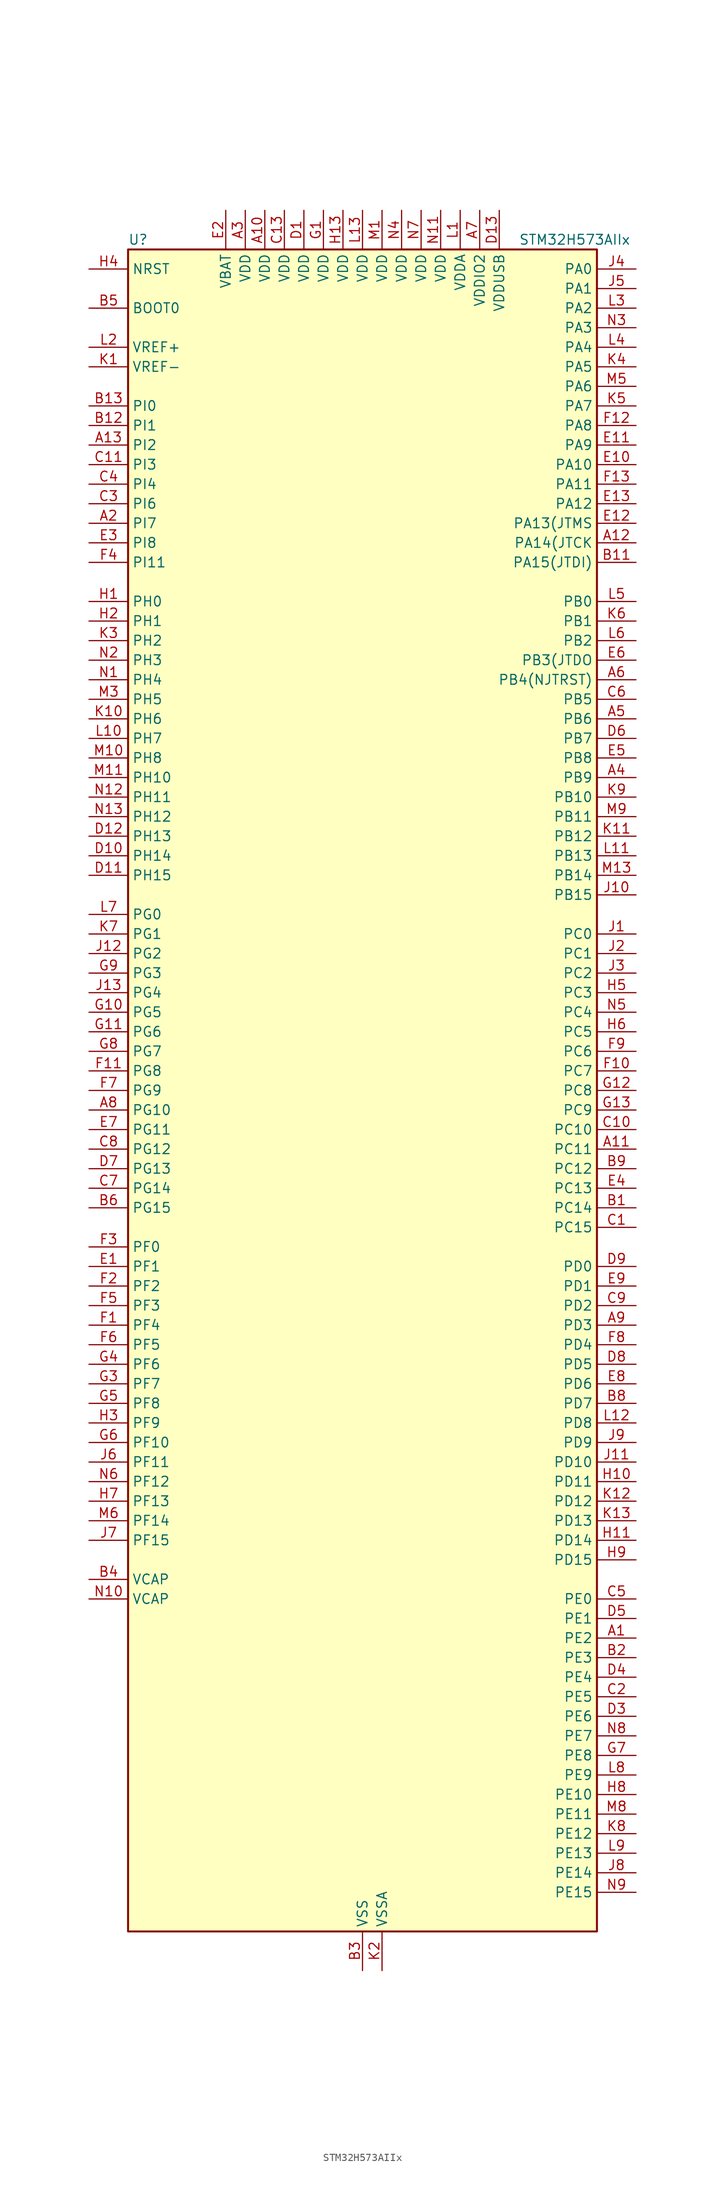
<source format=kicad_sym>
(kicad_symbol_lib
  (version 20231120)
  (generator "kicad_symbol_editor")
  (generator_version "8.0")
  (symbol "STM32H573AIIx"
    (property "Reference" "U"
      (at -30.48 110.49 0)
      (effects (font (size 1.27 1.27)) (justify left)))
    (property "Value" "STM32H573AIIx"
      (at 20.32 110.49 0)
      (effects (font (size 1.27 1.27)) (justify left)))
    (property "ki_locked" ""
      (at 0 0 0)
      (effects (font (size 1.27 1.27))))
    (symbol "STM32H573AIIx_0_1"
      (rectangle (start -30.48 -109.22) (end 30.48 109.22) (stroke (width 0.254) (type default)) (fill (type background))))
    (symbol "STM32H573AIIx_1_1"
      (pin bidirectional line (at 35.56 -71.12 180) (length 5.08) (name "PE2" (effects (font (size 1.27 1.27)))) (number "A1" (effects (font (size 1.27 1.27)))) (alternate "DCMI_D3" bidirectional line) (alternate "DEBUG_TRACECLK" bidirectional line) (alternate "ETH_TXD3" bidirectional line) (alternate "FMC_A23" bidirectional line) (alternate "LPTIM1_IN2" bidirectional line) (alternate "OCTOSPI1_IO2" bidirectional line) (alternate "PSSI_D3" bidirectional line) (alternate "SAI1_CK1" bidirectional line) (alternate "SAI1_MCLK_A" bidirectional line) (alternate "SPI4_SCK" bidirectional line) (alternate "UART8_TX" bidirectional line) (alternate "USART10_RX" bidirectional line))
      (pin power_in line (at -12.7 114.3 270) (length 5.08) (name "VDD" (effects (font (size 1.27 1.27)))) (number "A10" (effects (font (size 1.27 1.27)))))
      (pin bidirectional line (at 35.56 -7.62 180) (length 5.08) (name "PC11" (effects (font (size 1.27 1.27)))) (number "A11" (effects (font (size 1.27 1.27)))) (alternate "ADC1_EXTI11" bidirectional line) (alternate "ADC2_EXTI11" bidirectional line) (alternate "DCMI_D4" bidirectional line) (alternate "I2S3_SDI" bidirectional line) (alternate "LPTIM3_IN1" bidirectional line) (alternate "OCTOSPI1_NCS" bidirectional line) (alternate "PSSI_D4" bidirectional line) (alternate "SDMMC1_D3" bidirectional line) (alternate "SPI3_MISO" bidirectional line) (alternate "UART4_RX" bidirectional line) (alternate "USART3_RX" bidirectional line))
      (pin bidirectional line (at 35.56 71.12 180) (length 5.08) (name "PA14(JTCK" (effects (font (size 1.27 1.27)))) (number "A12" (effects (font (size 1.27 1.27)))) (alternate "DEBUG_JTCK-SWCLK" bidirectional line))
      (pin bidirectional line (at -35.56 83.82 0) (length 5.08) (name "PI2" (effects (font (size 1.27 1.27)))) (number "A13" (effects (font (size 1.27 1.27)))) (alternate "DCMI_D9" bidirectional line) (alternate "I2S2_SDI" bidirectional line) (alternate "PSSI_D9" bidirectional line) (alternate "SPI2_MISO" bidirectional line) (alternate "TIM8_CH4" bidirectional line))
      (pin bidirectional line (at -35.56 73.66 0) (length 5.08) (name "PI7" (effects (font (size 1.27 1.27)))) (number "A2" (effects (font (size 1.27 1.27)))) (alternate "DCMI_D7" bidirectional line) (alternate "PSSI_D7" bidirectional line) (alternate "SAI2_FS_A" bidirectional line) (alternate "TIM8_CH3" bidirectional line))
      (pin power_in line (at -15.24 114.3 270) (length 5.08) (name "VDD" (effects (font (size 1.27 1.27)))) (number "A3" (effects (font (size 1.27 1.27)))))
      (pin bidirectional line (at 35.56 40.64 180) (length 5.08) (name "PB9" (effects (font (size 1.27 1.27)))) (number "A4" (effects (font (size 1.27 1.27)))) (alternate "DAC1_EXTI9" bidirectional line) (alternate "DCMI_D7" bidirectional line) (alternate "FDCAN1_TX" bidirectional line) (alternate "I2C1_SDA" bidirectional line) (alternate "I2C4_SDA" bidirectional line) (alternate "I2S2_WS" bidirectional line) (alternate "I3C1_SDA" bidirectional line) (alternate "PSSI_D7" bidirectional line) (alternate "SDMMC1_CDIR" bidirectional line) (alternate "SDMMC1_D5" bidirectional line) (alternate "SDMMC2_CKIN" bidirectional line) (alternate "SDMMC2_D5" bidirectional line) (alternate "SPI2_NSS" bidirectional line) (alternate "TIM17_CH1" bidirectional line) (alternate "TIM4_CH4" bidirectional line) (alternate "UART4_TX" bidirectional line))
      (pin bidirectional line (at 35.56 48.26 180) (length 5.08) (name "PB6" (effects (font (size 1.27 1.27)))) (number "A5" (effects (font (size 1.27 1.27)))) (alternate "CEC" bidirectional line) (alternate "DCMI_D5" bidirectional line) (alternate "FDCAN2_TX" bidirectional line) (alternate "FMC_SDNE1" bidirectional line) (alternate "I2C1_SCL" bidirectional line) (alternate "I2C4_SCL" bidirectional line) (alternate "I3C1_SCL" bidirectional line) (alternate "LPUART1_TX" bidirectional line) (alternate "OCTOSPI1_NCS" bidirectional line) (alternate "PSSI_D5" bidirectional line) (alternate "TIM16_CH1N" bidirectional line) (alternate "TIM4_CH1" bidirectional line) (alternate "UART5_TX" bidirectional line) (alternate "USART1_TX" bidirectional line))
      (pin bidirectional line (at 35.56 53.34 180) (length 5.08) (name "PB4(NJTRST)" (effects (font (size 1.27 1.27)))) (number "A6" (effects (font (size 1.27 1.27)))) (alternate "DCMI_D7" bidirectional line) (alternate "DEBUG_JTRST" bidirectional line) (alternate "I2S1_SDI" bidirectional line) (alternate "I2S2_WS" bidirectional line) (alternate "I2S3_SDI" bidirectional line) (alternate "LPTIM1_CH2" bidirectional line) (alternate "OCTOSPI1_CLK" bidirectional line) (alternate "PSSI_D7" bidirectional line) (alternate "SDMMC2_D3" bidirectional line) (alternate "SPI1_MISO" bidirectional line) (alternate "SPI2_NSS" bidirectional line) (alternate "SPI3_MISO" bidirectional line) (alternate "SPI6_MISO" bidirectional line) (alternate "TIM16_BKIN" bidirectional line) (alternate "TIM3_CH1" bidirectional line) (alternate "UART7_TX" bidirectional line))
      (pin power_in line (at 15.24 114.3 270) (length 5.08) (name "VDDIO2" (effects (font (size 1.27 1.27)))) (number "A7" (effects (font (size 1.27 1.27)))))
      (pin bidirectional line (at -35.56 -2.54 0) (length 5.08) (name "PG10" (effects (font (size 1.27 1.27)))) (number "A8" (effects (font (size 1.27 1.27)))) (alternate "DCMI_D2" bidirectional line) (alternate "FMC_NE3" bidirectional line) (alternate "I2S1_WS" bidirectional line) (alternate "PSSI_D2" bidirectional line) (alternate "SAI2_SD_B" bidirectional line) (alternate "SDMMC2_D1" bidirectional line) (alternate "SPI1_NSS" bidirectional line))
      (pin bidirectional line (at 35.56 -30.48 180) (length 5.08) (name "PD3" (effects (font (size 1.27 1.27)))) (number "A9" (effects (font (size 1.27 1.27)))) (alternate "DCMI_D5" bidirectional line) (alternate "FMC_CLK" bidirectional line) (alternate "I2S2_CK" bidirectional line) (alternate "PSSI_D5" bidirectional line) (alternate "PWR_WKUP8" bidirectional line) (alternate "SPI2_SCK" bidirectional line) (alternate "USART2_CTS" bidirectional line) (alternate "USART2_NSS" bidirectional line))
      (pin bidirectional line (at 35.56 -15.24 180) (length 5.08) (name "PC14" (effects (font (size 1.27 1.27)))) (number "B1" (effects (font (size 1.27 1.27)))) (alternate "RCC_OSC32_IN" bidirectional line))
      (pin passive line (at 0 -114.3 90) (length 5.08) hide (name "VSS" (effects (font (size 1.27 1.27)))) (number "B10" (effects (font (size 1.27 1.27)))))
      (pin bidirectional line (at 35.56 68.58 180) (length 5.08) (name "PA15(JTDI)" (effects (font (size 1.27 1.27)))) (number "B11" (effects (font (size 1.27 1.27)))) (alternate "ADC1_EXTI15" bidirectional line) (alternate "ADC2_EXTI15" bidirectional line) (alternate "CEC" bidirectional line) (alternate "DCMI_D11" bidirectional line) (alternate "DEBUG_JTDI" bidirectional line) (alternate "FMC_NBL1" bidirectional line) (alternate "I2S1_WS" bidirectional line) (alternate "I2S3_WS" bidirectional line) (alternate "LPTIM3_IN2" bidirectional line) (alternate "PSSI_D11" bidirectional line) (alternate "SPI1_NSS" bidirectional line) (alternate "SPI3_NSS" bidirectional line) (alternate "SPI6_NSS" bidirectional line) (alternate "TIM2_CH1" bidirectional line) (alternate "TIM2_ETR" bidirectional line) (alternate "UART4_DE" bidirectional line) (alternate "UART4_RTS" bidirectional line) (alternate "UART7_TX" bidirectional line))
      (pin bidirectional line (at -35.56 86.36 0) (length 5.08) (name "PI1" (effects (font (size 1.27 1.27)))) (number "B12" (effects (font (size 1.27 1.27)))) (alternate "DCMI_D8" bidirectional line) (alternate "I2S2_CK" bidirectional line) (alternate "PSSI_D8" bidirectional line) (alternate "SPI2_SCK" bidirectional line) (alternate "TIM8_BKIN2" bidirectional line))
      (pin bidirectional line (at -35.56 88.9 0) (length 5.08) (name "PI0" (effects (font (size 1.27 1.27)))) (number "B13" (effects (font (size 1.27 1.27)))) (alternate "DCMI_D13" bidirectional line) (alternate "I2S2_WS" bidirectional line) (alternate "PSSI_D13" bidirectional line) (alternate "SPI2_NSS" bidirectional line) (alternate "TIM5_CH4" bidirectional line))
      (pin bidirectional line (at 35.56 -73.66 180) (length 5.08) (name "PE3" (effects (font (size 1.27 1.27)))) (number "B2" (effects (font (size 1.27 1.27)))) (alternate "DEBUG_TRACED0" bidirectional line) (alternate "FMC_A19" bidirectional line) (alternate "SAI1_SD_B" bidirectional line) (alternate "TAMP_IN6" bidirectional line) (alternate "TAMP_OUT3" bidirectional line) (alternate "TIM15_BKIN" bidirectional line) (alternate "USART10_TX" bidirectional line))
      (pin power_in line (at 0 -114.3 90) (length 5.08) (name "VSS" (effects (font (size 1.27 1.27)))) (number "B3" (effects (font (size 1.27 1.27)))))
      (pin power_out line (at -35.56 -63.5 0) (length 5.08) (name "VCAP" (effects (font (size 1.27 1.27)))) (number "B4" (effects (font (size 1.27 1.27)))))
      (pin input line (at -35.56 101.6 0) (length 5.08) (name "BOOT0" (effects (font (size 1.27 1.27)))) (number "B5" (effects (font (size 1.27 1.27)))))
      (pin bidirectional line (at -35.56 -15.24 0) (length 5.08) (name "PG15" (effects (font (size 1.27 1.27)))) (number "B6" (effects (font (size 1.27 1.27)))) (alternate "ADC1_EXTI15" bidirectional line) (alternate "ADC2_EXTI15" bidirectional line) (alternate "DCMI_D13" bidirectional line) (alternate "FMC_SDNCAS" bidirectional line) (alternate "PSSI_D13" bidirectional line) (alternate "SPI4_RDY" bidirectional line) (alternate "USART10_CK" bidirectional line) (alternate "USART6_CTS" bidirectional line) (alternate "USART6_NSS" bidirectional line))
      (pin passive line (at 0 -114.3 90) (length 5.08) hide (name "VSS" (effects (font (size 1.27 1.27)))) (number "B7" (effects (font (size 1.27 1.27)))))
      (pin bidirectional line (at 35.56 -40.64 180) (length 5.08) (name "PD7" (effects (font (size 1.27 1.27)))) (number "B8" (effects (font (size 1.27 1.27)))) (alternate "FMC_NCE" bidirectional line) (alternate "FMC_NE1" bidirectional line) (alternate "I2S1_SDO" bidirectional line) (alternate "LPTIM4_OUT" bidirectional line) (alternate "OCTOSPI1_IO7" bidirectional line) (alternate "SDMMC2_CMD" bidirectional line) (alternate "SPI1_MOSI" bidirectional line) (alternate "USART2_CK" bidirectional line))
      (pin bidirectional line (at 35.56 -10.16 180) (length 5.08) (name "PC12" (effects (font (size 1.27 1.27)))) (number "B9" (effects (font (size 1.27 1.27)))) (alternate "DCMI_D9" bidirectional line) (alternate "DEBUG_TRACED3" bidirectional line) (alternate "I2S3_SDO" bidirectional line) (alternate "PSSI_D9" bidirectional line) (alternate "SDMMC1_CK" bidirectional line) (alternate "SPI3_MOSI" bidirectional line) (alternate "SPI6_SCK" bidirectional line) (alternate "TIM15_CH1" bidirectional line) (alternate "UART5_TX" bidirectional line) (alternate "USART3_CK" bidirectional line))
      (pin bidirectional line (at 35.56 -17.78 180) (length 5.08) (name "PC15" (effects (font (size 1.27 1.27)))) (number "C1" (effects (font (size 1.27 1.27)))) (alternate "ADC1_EXTI15" bidirectional line) (alternate "ADC2_EXTI15" bidirectional line) (alternate "RCC_OSC32_OUT" bidirectional line))
      (pin bidirectional line (at 35.56 -5.08 180) (length 5.08) (name "PC10" (effects (font (size 1.27 1.27)))) (number "C10" (effects (font (size 1.27 1.27)))) (alternate "DCMI_D8" bidirectional line) (alternate "ETH_TXD0" bidirectional line) (alternate "I2S3_CK" bidirectional line) (alternate "LPTIM3_ETR" bidirectional line) (alternate "OCTOSPI1_IO1" bidirectional line) (alternate "PSSI_D8" bidirectional line) (alternate "SDMMC1_D2" bidirectional line) (alternate "SPI3_SCK" bidirectional line) (alternate "UART4_TX" bidirectional line) (alternate "USART3_TX" bidirectional line))
      (pin bidirectional line (at -35.56 81.28 0) (length 5.08) (name "PI3" (effects (font (size 1.27 1.27)))) (number "C11" (effects (font (size 1.27 1.27)))) (alternate "DCMI_D10" bidirectional line) (alternate "I2S2_SDO" bidirectional line) (alternate "PSSI_D10" bidirectional line) (alternate "SPI2_MOSI" bidirectional line) (alternate "TIM8_ETR" bidirectional line))
      (pin passive line (at 0 -114.3 90) (length 5.08) hide (name "VSS" (effects (font (size 1.27 1.27)))) (number "C12" (effects (font (size 1.27 1.27)))))
      (pin power_in line (at -10.16 114.3 270) (length 5.08) (name "VDD" (effects (font (size 1.27 1.27)))) (number "C13" (effects (font (size 1.27 1.27)))))
      (pin bidirectional line (at 35.56 -78.74 180) (length 5.08) (name "PE5" (effects (font (size 1.27 1.27)))) (number "C2" (effects (font (size 1.27 1.27)))) (alternate "DCMI_D6" bidirectional line) (alternate "DEBUG_TRACED2" bidirectional line) (alternate "FMC_A21" bidirectional line) (alternate "PSSI_D6" bidirectional line) (alternate "SAI1_CK2" bidirectional line) (alternate "SAI1_SCK_A" bidirectional line) (alternate "SPI4_MISO" bidirectional line) (alternate "TAMP_IN8" bidirectional line) (alternate "TAMP_OUT7" bidirectional line) (alternate "TIM15_CH1" bidirectional line))
      (pin bidirectional line (at -35.56 76.2 0) (length 5.08) (name "PI6" (effects (font (size 1.27 1.27)))) (number "C3" (effects (font (size 1.27 1.27)))) (alternate "DCMI_D6" bidirectional line) (alternate "PSSI_D6" bidirectional line) (alternate "SAI2_SD_A" bidirectional line) (alternate "TIM8_CH2" bidirectional line))
      (pin bidirectional line (at -35.56 78.74 0) (length 5.08) (name "PI4" (effects (font (size 1.27 1.27)))) (number "C4" (effects (font (size 1.27 1.27)))) (alternate "DCMI_D5" bidirectional line) (alternate "PSSI_D5" bidirectional line) (alternate "SAI2_MCLK_A" bidirectional line) (alternate "SPI2_RDY" bidirectional line) (alternate "TIM8_BKIN" bidirectional line))
      (pin bidirectional line (at 35.56 -66.04 180) (length 5.08) (name "PE0" (effects (font (size 1.27 1.27)))) (number "C5" (effects (font (size 1.27 1.27)))) (alternate "DCMI_D2" bidirectional line) (alternate "FDCAN1_RX" bidirectional line) (alternate "FMC_NBL0" bidirectional line) (alternate "LPTIM1_ETR" bidirectional line) (alternate "LPTIM2_CH2" bidirectional line) (alternate "LPTIM2_ETR" bidirectional line) (alternate "PSSI_D2" bidirectional line) (alternate "SAI2_MCLK_A" bidirectional line) (alternate "SPI3_RDY" bidirectional line) (alternate "TIM4_ETR" bidirectional line) (alternate "UART8_RX" bidirectional line))
      (pin bidirectional line (at 35.56 50.8 180) (length 5.08) (name "PB5" (effects (font (size 1.27 1.27)))) (number "C6" (effects (font (size 1.27 1.27)))) (alternate "DCMI_D10" bidirectional line) (alternate "ETH_PPS_OUT" bidirectional line) (alternate "FDCAN2_RX" bidirectional line) (alternate "FMC_SDCKE1" bidirectional line) (alternate "I2C1_SMBA" bidirectional line) (alternate "I2C4_SMBA" bidirectional line) (alternate "I2S1_SDO" bidirectional line) (alternate "I2S3_SDO" bidirectional line) (alternate "OCTOSPI1_NCLK" bidirectional line) (alternate "PSSI_D10" bidirectional line) (alternate "SPI1_MOSI" bidirectional line) (alternate "SPI3_MOSI" bidirectional line) (alternate "SPI6_MOSI" bidirectional line) (alternate "TIM17_BKIN" bidirectional line) (alternate "TIM3_CH2" bidirectional line) (alternate "UART5_RX" bidirectional line))
      (pin bidirectional line (at -35.56 -12.7 0) (length 5.08) (name "PG14" (effects (font (size 1.27 1.27)))) (number "C7" (effects (font (size 1.27 1.27)))) (alternate "DEBUG_TRACED1" bidirectional line) (alternate "ETH_TXD1" bidirectional line) (alternate "FMC_A25" bidirectional line) (alternate "LPTIM1_CH2" bidirectional line) (alternate "LPTIM1_ETR" bidirectional line) (alternate "LPTIM5_IN1" bidirectional line) (alternate "OCTOSPI1_IO7" bidirectional line) (alternate "SDMMC2_D7" bidirectional line) (alternate "SPI6_MOSI" bidirectional line) (alternate "USART10_RTS" bidirectional line) (alternate "USART6_TX" bidirectional line))
      (pin bidirectional line (at -35.56 -7.62 0) (length 5.08) (name "PG12" (effects (font (size 1.27 1.27)))) (number "C8" (effects (font (size 1.27 1.27)))) (alternate "DCMI_D11" bidirectional line) (alternate "ETH_TXD1" bidirectional line) (alternate "FMC_NE4" bidirectional line) (alternate "LPTIM1_IN1" bidirectional line) (alternate "LPTIM5_CH1" bidirectional line) (alternate "PSSI_D11" bidirectional line) (alternate "PSSI_D15" bidirectional line) (alternate "SDMMC2_D3" bidirectional line) (alternate "SPI6_MISO" bidirectional line) (alternate "USART10_TX" bidirectional line) (alternate "USART6_RTS" bidirectional line))
      (pin bidirectional line (at 35.56 -27.94 180) (length 5.08) (name "PD2" (effects (font (size 1.27 1.27)))) (number "C9" (effects (font (size 1.27 1.27)))) (alternate "DCMI_D11" bidirectional line) (alternate "DEBUG_TRACED2" bidirectional line) (alternate "LPTIM4_ETR" bidirectional line) (alternate "PSSI_D11" bidirectional line) (alternate "PWR_WKUP7" bidirectional line) (alternate "SDMMC1_CMD" bidirectional line) (alternate "TIM15_BKIN" bidirectional line) (alternate "TIM3_ETR" bidirectional line) (alternate "UART5_RX" bidirectional line))
      (pin power_in line (at -7.62 114.3 270) (length 5.08) (name "VDD" (effects (font (size 1.27 1.27)))) (number "D1" (effects (font (size 1.27 1.27)))))
      (pin bidirectional line (at -35.56 30.48 0) (length 5.08) (name "PH14" (effects (font (size 1.27 1.27)))) (number "D10" (effects (font (size 1.27 1.27)))) (alternate "DCMI_D4" bidirectional line) (alternate "FDCAN1_RX" bidirectional line) (alternate "PSSI_D4" bidirectional line) (alternate "TIM8_CH2N" bidirectional line) (alternate "UART4_RX" bidirectional line))
      (pin bidirectional line (at -35.56 27.94 0) (length 5.08) (name "PH15" (effects (font (size 1.27 1.27)))) (number "D11" (effects (font (size 1.27 1.27)))) (alternate "ADC1_EXTI15" bidirectional line) (alternate "ADC2_EXTI15" bidirectional line) (alternate "DCMI_D11" bidirectional line) (alternate "PSSI_D11" bidirectional line) (alternate "TIM8_CH3N" bidirectional line))
      (pin bidirectional line (at -35.56 33.02 0) (length 5.08) (name "PH13" (effects (font (size 1.27 1.27)))) (number "D12" (effects (font (size 1.27 1.27)))) (alternate "DCMI_D3" bidirectional line) (alternate "FDCAN1_TX" bidirectional line) (alternate "LPTIM1_IN2" bidirectional line) (alternate "PSSI_D3" bidirectional line) (alternate "TIM8_CH1N" bidirectional line) (alternate "UART4_TX" bidirectional line) (alternate "UART8_TX" bidirectional line))
      (pin power_in line (at 17.78 114.3 270) (length 5.08) (name "VDDUSB" (effects (font (size 1.27 1.27)))) (number "D13" (effects (font (size 1.27 1.27)))))
      (pin passive line (at 0 -114.3 90) (length 5.08) hide (name "VSS" (effects (font (size 1.27 1.27)))) (number "D2" (effects (font (size 1.27 1.27)))))
      (pin bidirectional line (at 35.56 -81.28 180) (length 5.08) (name "PE6" (effects (font (size 1.27 1.27)))) (number "D3" (effects (font (size 1.27 1.27)))) (alternate "DCMI_D7" bidirectional line) (alternate "DEBUG_TRACED3" bidirectional line) (alternate "FMC_A22" bidirectional line) (alternate "PSSI_D7" bidirectional line) (alternate "SAI1_D1" bidirectional line) (alternate "SAI1_SD_A" bidirectional line) (alternate "SAI2_MCLK_B" bidirectional line) (alternate "SPI4_MOSI" bidirectional line) (alternate "TAMP_IN3" bidirectional line) (alternate "TAMP_OUT6" bidirectional line) (alternate "TIM15_CH2" bidirectional line) (alternate "TIM1_BKIN2" bidirectional line))
      (pin bidirectional line (at 35.56 -76.2 180) (length 5.08) (name "PE4" (effects (font (size 1.27 1.27)))) (number "D4" (effects (font (size 1.27 1.27)))) (alternate "DCMI_D4" bidirectional line) (alternate "DEBUG_TRACED1" bidirectional line) (alternate "FMC_A20" bidirectional line) (alternate "PSSI_D4" bidirectional line) (alternate "SAI1_D2" bidirectional line) (alternate "SAI1_FS_A" bidirectional line) (alternate "SPI4_NSS" bidirectional line) (alternate "TAMP_IN7" bidirectional line) (alternate "TAMP_OUT8" bidirectional line) (alternate "TIM15_CH1N" bidirectional line))
      (pin bidirectional line (at 35.56 -68.58 180) (length 5.08) (name "PE1" (effects (font (size 1.27 1.27)))) (number "D5" (effects (font (size 1.27 1.27)))) (alternate "DCMI_D3" bidirectional line) (alternate "FDCAN1_TX" bidirectional line) (alternate "FMC_NBL1" bidirectional line) (alternate "LPTIM1_IN2" bidirectional line) (alternate "PSSI_D3" bidirectional line) (alternate "UART8_TX" bidirectional line))
      (pin bidirectional line (at 35.56 45.72 180) (length 5.08) (name "PB7" (effects (font (size 1.27 1.27)))) (number "D6" (effects (font (size 1.27 1.27)))) (alternate "DCMI_VSYNC" bidirectional line) (alternate "FDCAN1_TX" bidirectional line) (alternate "FMC_NL" bidirectional line) (alternate "I2C1_SDA" bidirectional line) (alternate "I2C4_SDA" bidirectional line) (alternate "I3C1_SDA" bidirectional line) (alternate "LPUART1_RX" bidirectional line) (alternate "PSSI_RDY" bidirectional line) (alternate "PWR_WKUP5" bidirectional line) (alternate "SDMMC2_CKIN" bidirectional line) (alternate "SDMMC2_D5" bidirectional line) (alternate "TIM17_CH1N" bidirectional line) (alternate "TIM4_CH2" bidirectional line) (alternate "USART1_RX" bidirectional line))
      (pin bidirectional line (at -35.56 -10.16 0) (length 5.08) (name "PG13" (effects (font (size 1.27 1.27)))) (number "D7" (effects (font (size 1.27 1.27)))) (alternate "DEBUG_TRACED0" bidirectional line) (alternate "ETH_TXD0" bidirectional line) (alternate "FMC_A24" bidirectional line) (alternate "LPTIM1_CH1" bidirectional line) (alternate "LPTIM5_CH2" bidirectional line) (alternate "SDMMC2_D6" bidirectional line) (alternate "SPI6_SCK" bidirectional line) (alternate "USART10_CTS" bidirectional line) (alternate "USART10_NSS" bidirectional line) (alternate "USART6_CTS" bidirectional line) (alternate "USART6_NSS" bidirectional line))
      (pin bidirectional line (at 35.56 -35.56 180) (length 5.08) (name "PD5" (effects (font (size 1.27 1.27)))) (number "D8" (effects (font (size 1.27 1.27)))) (alternate "FDCAN1_TX" bidirectional line) (alternate "FMC_NWE" bidirectional line) (alternate "OCTOSPI1_IO5" bidirectional line) (alternate "SPI2_RDY" bidirectional line) (alternate "TIM1_CH4N" bidirectional line) (alternate "USART2_TX" bidirectional line))
      (pin bidirectional line (at 35.56 -22.86 180) (length 5.08) (name "PD0" (effects (font (size 1.27 1.27)))) (number "D9" (effects (font (size 1.27 1.27)))) (alternate "FDCAN1_RX" bidirectional line) (alternate "FMC_D2" bidirectional line) (alternate "FMC_DA2" bidirectional line) (alternate "TIM8_CH4N" bidirectional line) (alternate "UART4_RX" bidirectional line) (alternate "UART9_CTS" bidirectional line))
      (pin bidirectional line (at -35.56 -22.86 0) (length 5.08) (name "PF1" (effects (font (size 1.27 1.27)))) (number "E1" (effects (font (size 1.27 1.27)))) (alternate "FMC_A1" bidirectional line) (alternate "I2C2_SCL" bidirectional line) (alternate "LPTIM5_CH2" bidirectional line))
      (pin bidirectional line (at 35.56 81.28 180) (length 5.08) (name "PA10" (effects (font (size 1.27 1.27)))) (number "E10" (effects (font (size 1.27 1.27)))) (alternate "DCMI_D1" bidirectional line) (alternate "FDCAN2_TX" bidirectional line) (alternate "LPTIM2_IN2" bidirectional line) (alternate "LPUART1_RX" bidirectional line) (alternate "PSSI_D1" bidirectional line) (alternate "SDMMC1_D0" bidirectional line) (alternate "TIM1_CH3" bidirectional line) (alternate "UCPD1_FRSTX" bidirectional line) (alternate "USART1_RX" bidirectional line))
      (pin bidirectional line (at 35.56 83.82 180) (length 5.08) (name "PA9" (effects (font (size 1.27 1.27)))) (number "E11" (effects (font (size 1.27 1.27)))) (alternate "DAC1_EXTI9" bidirectional line) (alternate "DCMI_D0" bidirectional line) (alternate "ETH_TX_ER" bidirectional line) (alternate "FMC_NWE" bidirectional line) (alternate "I2C3_SMBA" bidirectional line) (alternate "I2S2_CK" bidirectional line) (alternate "LPUART1_TX" bidirectional line) (alternate "PSSI_D0" bidirectional line) (alternate "SPI2_SCK" bidirectional line) (alternate "TIM1_CH2" bidirectional line) (alternate "UCPD1_DB1" bidirectional line) (alternate "USART1_TX" bidirectional line))
      (pin bidirectional line (at 35.56 73.66 180) (length 5.08) (name "PA13(JTMS" (effects (font (size 1.27 1.27)))) (number "E12" (effects (font (size 1.27 1.27)))) (alternate "DEBUG_JTMS-SWDIO" bidirectional line))
      (pin bidirectional line (at 35.56 76.2 180) (length 5.08) (name "PA12" (effects (font (size 1.27 1.27)))) (number "E13" (effects (font (size 1.27 1.27)))) (alternate "FDCAN1_TX" bidirectional line) (alternate "I2S2_CK" bidirectional line) (alternate "LPUART1_RTS" bidirectional line) (alternate "SAI2_FS_B" bidirectional line) (alternate "SPI2_SCK" bidirectional line) (alternate "TIM1_ETR" bidirectional line) (alternate "UART4_TX" bidirectional line) (alternate "USART1_RTS" bidirectional line) (alternate "USB_DP" bidirectional line))
      (pin power_in line (at -17.78 114.3 270) (length 5.08) (name "VBAT" (effects (font (size 1.27 1.27)))) (number "E2" (effects (font (size 1.27 1.27)))))
      (pin bidirectional line (at -35.56 71.12 0) (length 5.08) (name "PI8" (effects (font (size 1.27 1.27)))) (number "E3" (effects (font (size 1.27 1.27)))) (alternate "PWR_WKUP3" bidirectional line) (alternate "RTC_OUT2" bidirectional line) (alternate "TAMP_IN2" bidirectional line) (alternate "TAMP_OUT3" bidirectional line))
      (pin bidirectional line (at 35.56 -12.7 180) (length 5.08) (name "PC13" (effects (font (size 1.27 1.27)))) (number "E4" (effects (font (size 1.27 1.27)))) (alternate "PWR_WKUP4" bidirectional line) (alternate "RTC_OUT1" bidirectional line) (alternate "RTC_TS" bidirectional line) (alternate "TAMP_IN1" bidirectional line) (alternate "TAMP_OUT2" bidirectional line) (alternate "TAMP_OUT3" bidirectional line))
      (pin bidirectional line (at 35.56 43.18 180) (length 5.08) (name "PB8" (effects (font (size 1.27 1.27)))) (number "E5" (effects (font (size 1.27 1.27)))) (alternate "DCMI_D6" bidirectional line) (alternate "ETH_TXD3" bidirectional line) (alternate "FDCAN1_RX" bidirectional line) (alternate "I2C1_SCL" bidirectional line) (alternate "I2C4_SCL" bidirectional line) (alternate "I3C1_SCL" bidirectional line) (alternate "PSSI_D6" bidirectional line) (alternate "SDMMC1_CKIN" bidirectional line) (alternate "SDMMC1_D4" bidirectional line) (alternate "SDMMC2_D4" bidirectional line) (alternate "SPI4_RDY" bidirectional line) (alternate "TIM16_CH1" bidirectional line) (alternate "TIM4_CH3" bidirectional line) (alternate "UART4_RX" bidirectional line))
      (pin bidirectional line (at 35.56 55.88 180) (length 5.08) (name "PB3(JTDO" (effects (font (size 1.27 1.27)))) (number "E6" (effects (font (size 1.27 1.27)))) (alternate "CRS_SYNC" bidirectional line) (alternate "DEBUG_JTDO-SWO" bidirectional line) (alternate "I2C2_SDA" bidirectional line) (alternate "I2S1_CK" bidirectional line) (alternate "I2S3_CK" bidirectional line) (alternate "LPTIM6_ETR" bidirectional line) (alternate "SDMMC2_D2" bidirectional line) (alternate "SPI1_SCK" bidirectional line) (alternate "SPI3_SCK" bidirectional line) (alternate "SPI6_SCK" bidirectional line) (alternate "TIM2_CH2" bidirectional line) (alternate "UART12_CTS" bidirectional line) (alternate "UART7_RX" bidirectional line))
      (pin bidirectional line (at -35.56 -5.08 0) (length 5.08) (name "PG11" (effects (font (size 1.27 1.27)))) (number "E7" (effects (font (size 1.27 1.27)))) (alternate "ADC1_EXTI11" bidirectional line) (alternate "ADC2_EXTI11" bidirectional line) (alternate "DCMI_D3" bidirectional line) (alternate "ETH_TX_EN" bidirectional line) (alternate "I2S1_CK" bidirectional line) (alternate "LPTIM1_IN2" bidirectional line) (alternate "PSSI_D3" bidirectional line) (alternate "SDMMC2_D2" bidirectional line) (alternate "SPI1_SCK" bidirectional line) (alternate "USART10_RX" bidirectional line) (alternate "USART11_RTS" bidirectional line))
      (pin bidirectional line (at 35.56 -38.1 180) (length 5.08) (name "PD6" (effects (font (size 1.27 1.27)))) (number "E8" (effects (font (size 1.27 1.27)))) (alternate "DCMI_D10" bidirectional line) (alternate "FMC_NWAIT" bidirectional line) (alternate "I2S3_SDO" bidirectional line) (alternate "OCTOSPI1_IO6" bidirectional line) (alternate "PSSI_D10" bidirectional line) (alternate "SAI1_D1" bidirectional line) (alternate "SAI1_SD_A" bidirectional line) (alternate "SDMMC2_CK" bidirectional line) (alternate "SPI3_MOSI" bidirectional line) (alternate "USART2_RX" bidirectional line))
      (pin bidirectional line (at 35.56 -25.4 180) (length 5.08) (name "PD1" (effects (font (size 1.27 1.27)))) (number "E9" (effects (font (size 1.27 1.27)))) (alternate "FDCAN1_TX" bidirectional line) (alternate "FMC_D3" bidirectional line) (alternate "FMC_DA3" bidirectional line) (alternate "UART4_TX" bidirectional line))
      (pin bidirectional line (at -35.56 -30.48 0) (length 5.08) (name "PF4" (effects (font (size 1.27 1.27)))) (number "F1" (effects (font (size 1.27 1.27)))) (alternate "FMC_A4" bidirectional line) (alternate "LPTIM3_ETR" bidirectional line) (alternate "USART11_RX" bidirectional line))
      (pin bidirectional line (at 35.56 2.54 180) (length 5.08) (name "PC7" (effects (font (size 1.27 1.27)))) (number "F10" (effects (font (size 1.27 1.27)))) (alternate "DCMI_D1" bidirectional line) (alternate "DEBUG_TRGIO" bidirectional line) (alternate "FMC_NE1" bidirectional line) (alternate "I2S3_MCK" bidirectional line) (alternate "OCTOSPI1_IO6" bidirectional line) (alternate "PSSI_D1" bidirectional line) (alternate "SDMMC1_D123DIR" bidirectional line) (alternate "SDMMC1_D7" bidirectional line) (alternate "SDMMC2_D7" bidirectional line) (alternate "TIM3_CH2" bidirectional line) (alternate "TIM8_CH2" bidirectional line) (alternate "USART6_RX" bidirectional line))
      (pin bidirectional line (at -35.56 2.54 0) (length 5.08) (name "PG8" (effects (font (size 1.27 1.27)))) (number "F11" (effects (font (size 1.27 1.27)))) (alternate "ETH_PPS_OUT" bidirectional line) (alternate "FMC_SDCLK" bidirectional line) (alternate "SPI6_NSS" bidirectional line) (alternate "TIM8_ETR" bidirectional line) (alternate "USART6_RTS" bidirectional line))
      (pin bidirectional line (at 35.56 86.36 180) (length 5.08) (name "PA8" (effects (font (size 1.27 1.27)))) (number "F12" (effects (font (size 1.27 1.27)))) (alternate "DCMI_D3" bidirectional line) (alternate "FMC_NOE" bidirectional line) (alternate "I2C3_SCL" bidirectional line) (alternate "PSSI_D3" bidirectional line) (alternate "RCC_MCO_1" bidirectional line) (alternate "SPI1_RDY" bidirectional line) (alternate "TIM1_CH1" bidirectional line) (alternate "TIM8_BKIN2" bidirectional line) (alternate "UART7_RX" bidirectional line) (alternate "USART1_CK" bidirectional line) (alternate "USB_SOF" bidirectional line))
      (pin bidirectional line (at 35.56 78.74 180) (length 5.08) (name "PA11" (effects (font (size 1.27 1.27)))) (number "F13" (effects (font (size 1.27 1.27)))) (alternate "ADC1_EXTI11" bidirectional line) (alternate "ADC2_EXTI11" bidirectional line) (alternate "FDCAN1_RX" bidirectional line) (alternate "I2S2_WS" bidirectional line) (alternate "LPUART1_CTS" bidirectional line) (alternate "SPI2_NSS" bidirectional line) (alternate "TIM1_CH4" bidirectional line) (alternate "UART4_RX" bidirectional line) (alternate "USART1_CTS" bidirectional line) (alternate "USART1_NSS" bidirectional line) (alternate "USB_DM" bidirectional line))
      (pin bidirectional line (at -35.56 -25.4 0) (length 5.08) (name "PF2" (effects (font (size 1.27 1.27)))) (number "F2" (effects (font (size 1.27 1.27)))) (alternate "FMC_A2" bidirectional line) (alternate "I2C2_SMBA" bidirectional line) (alternate "LPTIM3_CH2" bidirectional line) (alternate "LPTIM3_IN2" bidirectional line) (alternate "LPTIM5_IN1" bidirectional line) (alternate "UART12_TX" bidirectional line) (alternate "USART11_CK" bidirectional line))
      (pin bidirectional line (at -35.56 -20.32 0) (length 5.08) (name "PF0" (effects (font (size 1.27 1.27)))) (number "F3" (effects (font (size 1.27 1.27)))) (alternate "FMC_A0" bidirectional line) (alternate "I2C2_SDA" bidirectional line) (alternate "LPTIM5_CH1" bidirectional line))
      (pin bidirectional line (at -35.56 68.58 0) (length 5.08) (name "PI11" (effects (font (size 1.27 1.27)))) (number "F4" (effects (font (size 1.27 1.27)))) (alternate "ADC1_EXTI11" bidirectional line) (alternate "ADC2_EXTI11" bidirectional line) (alternate "PSSI_D15" bidirectional line) (alternate "TAMP_IN4" bidirectional line) (alternate "TAMP_OUT5" bidirectional line))
      (pin bidirectional line (at -35.56 -27.94 0) (length 5.08) (name "PF3" (effects (font (size 1.27 1.27)))) (number "F5" (effects (font (size 1.27 1.27)))) (alternate "FMC_A3" bidirectional line) (alternate "LPTIM3_IN1" bidirectional line) (alternate "LPTIM5_IN2" bidirectional line) (alternate "USART11_TX" bidirectional line))
      (pin bidirectional line (at -35.56 -33.02 0) (length 5.08) (name "PF5" (effects (font (size 1.27 1.27)))) (number "F6" (effects (font (size 1.27 1.27)))) (alternate "FMC_A5" bidirectional line) (alternate "I2C4_SCL" bidirectional line) (alternate "I3C1_SCL" bidirectional line) (alternate "LPTIM3_CH1" bidirectional line) (alternate "LPTIM3_IN1" bidirectional line) (alternate "UART12_RX" bidirectional line) (alternate "USART11_CTS" bidirectional line) (alternate "USART11_NSS" bidirectional line))
      (pin bidirectional line (at -35.56 0 0) (length 5.08) (name "PG9" (effects (font (size 1.27 1.27)))) (number "F7" (effects (font (size 1.27 1.27)))) (alternate "DAC1_EXTI9" bidirectional line) (alternate "DCMI_VSYNC" bidirectional line) (alternate "FMC_NCE" bidirectional line) (alternate "FMC_NE2" bidirectional line) (alternate "I2S1_SDI" bidirectional line) (alternate "OCTOSPI1_IO6" bidirectional line) (alternate "PSSI_RDY" bidirectional line) (alternate "SAI2_FS_B" bidirectional line) (alternate "SDMMC2_D0" bidirectional line) (alternate "SPI1_MISO" bidirectional line) (alternate "USART6_RX" bidirectional line))
      (pin bidirectional line (at 35.56 -33.02 180) (length 5.08) (name "PD4" (effects (font (size 1.27 1.27)))) (number "F8" (effects (font (size 1.27 1.27)))) (alternate "FMC_NOE" bidirectional line) (alternate "OCTOSPI1_IO4" bidirectional line) (alternate "USART2_RTS" bidirectional line))
      (pin bidirectional line (at 35.56 5.08 180) (length 5.08) (name "PC6" (effects (font (size 1.27 1.27)))) (number "F9" (effects (font (size 1.27 1.27)))) (alternate "DCMI_D0" bidirectional line) (alternate "FMC_NWAIT" bidirectional line) (alternate "I2S2_MCK" bidirectional line) (alternate "OCTOSPI1_IO5" bidirectional line) (alternate "PSSI_D0" bidirectional line) (alternate "SAI1_SCK_A" bidirectional line) (alternate "SDMMC1_D0DIR" bidirectional line) (alternate "SDMMC1_D6" bidirectional line) (alternate "SDMMC2_D6" bidirectional line) (alternate "TIM3_CH1" bidirectional line) (alternate "TIM8_CH1" bidirectional line) (alternate "USART6_TX" bidirectional line))
      (pin power_in line (at -5.08 114.3 270) (length 5.08) (name "VDD" (effects (font (size 1.27 1.27)))) (number "G1" (effects (font (size 1.27 1.27)))))
      (pin bidirectional line (at -35.56 10.16 0) (length 5.08) (name "PG5" (effects (font (size 1.27 1.27)))) (number "G10" (effects (font (size 1.27 1.27)))) (alternate "FMC_A15" bidirectional line) (alternate "FMC_BA1" bidirectional line) (alternate "TIM1_ETR" bidirectional line))
      (pin bidirectional line (at -35.56 7.62 0) (length 5.08) (name "PG6" (effects (font (size 1.27 1.27)))) (number "G11" (effects (font (size 1.27 1.27)))) (alternate "DCMI_D12" bidirectional line) (alternate "FMC_NE3" bidirectional line) (alternate "I2C4_SDA" bidirectional line) (alternate "I3C1_SDA" bidirectional line) (alternate "OCTOSPI1_NCS" bidirectional line) (alternate "PSSI_D12" bidirectional line) (alternate "SPI1_RDY" bidirectional line) (alternate "TIM17_BKIN" bidirectional line) (alternate "UCPD1_FRSTX" bidirectional line))
      (pin bidirectional line (at 35.56 0 180) (length 5.08) (name "PC8" (effects (font (size 1.27 1.27)))) (number "G12" (effects (font (size 1.27 1.27)))) (alternate "DCMI_D2" bidirectional line) (alternate "DEBUG_TRACED1" bidirectional line) (alternate "FMC_ALE" bidirectional line) (alternate "FMC_INT" bidirectional line) (alternate "FMC_NCE" bidirectional line) (alternate "FMC_NE2" bidirectional line) (alternate "PSSI_D2" bidirectional line) (alternate "SDMMC1_D0" bidirectional line) (alternate "TIM3_CH3" bidirectional line) (alternate "TIM8_CH3" bidirectional line) (alternate "UART5_DE" bidirectional line) (alternate "UART5_RTS" bidirectional line) (alternate "USART6_CK" bidirectional line))
      (pin bidirectional line (at 35.56 -2.54 180) (length 5.08) (name "PC9" (effects (font (size 1.27 1.27)))) (number "G13" (effects (font (size 1.27 1.27)))) (alternate "AUDIOCLK" bidirectional line) (alternate "DAC1_EXTI9" bidirectional line) (alternate "DCMI_D3" bidirectional line) (alternate "FMC_CLE" bidirectional line) (alternate "I2C3_SDA" bidirectional line) (alternate "OCTOSPI1_IO0" bidirectional line) (alternate "PSSI_D3" bidirectional line) (alternate "RCC_MCO_2" bidirectional line) (alternate "SDMMC1_D1" bidirectional line) (alternate "TIM3_CH4" bidirectional line) (alternate "TIM8_CH4" bidirectional line) (alternate "UART5_CTS" bidirectional line) (alternate "UCPD1_DB2" bidirectional line))
      (pin passive line (at 0 -114.3 90) (length 5.08) hide (name "VSS" (effects (font (size 1.27 1.27)))) (number "G2" (effects (font (size 1.27 1.27)))))
      (pin bidirectional line (at -35.56 -38.1 0) (length 5.08) (name "PF7" (effects (font (size 1.27 1.27)))) (number "G3" (effects (font (size 1.27 1.27)))) (alternate "LPTIM5_CH2" bidirectional line) (alternate "OCTOSPI1_IO2" bidirectional line) (alternate "SAI1_MCLK_B" bidirectional line) (alternate "SPI5_SCK" bidirectional line) (alternate "TIM17_CH1" bidirectional line) (alternate "UART7_TX" bidirectional line))
      (pin bidirectional line (at -35.56 -35.56 0) (length 5.08) (name "PF6" (effects (font (size 1.27 1.27)))) (number "G4" (effects (font (size 1.27 1.27)))) (alternate "LPTIM5_CH1" bidirectional line) (alternate "OCTOSPI1_IO3" bidirectional line) (alternate "SAI1_SD_B" bidirectional line) (alternate "SPI5_NSS" bidirectional line) (alternate "TIM16_CH1" bidirectional line) (alternate "UART7_RX" bidirectional line))
      (pin bidirectional line (at -35.56 -40.64 0) (length 5.08) (name "PF8" (effects (font (size 1.27 1.27)))) (number "G5" (effects (font (size 1.27 1.27)))) (alternate "LPTIM5_IN1" bidirectional line) (alternate "OCTOSPI1_IO0" bidirectional line) (alternate "SAI1_SCK_B" bidirectional line) (alternate "SPI5_MISO" bidirectional line) (alternate "TIM13_CH1" bidirectional line) (alternate "TIM16_CH1N" bidirectional line) (alternate "UART7_RTS" bidirectional line))
      (pin bidirectional line (at -35.56 -45.72 0) (length 5.08) (name "PF10" (effects (font (size 1.27 1.27)))) (number "G6" (effects (font (size 1.27 1.27)))) (alternate "DCMI_D11" bidirectional line) (alternate "OCTOSPI1_CLK" bidirectional line) (alternate "PSSI_D11" bidirectional line) (alternate "PSSI_D15" bidirectional line) (alternate "SAI1_D3" bidirectional line) (alternate "TIM16_BKIN" bidirectional line))
      (pin bidirectional line (at 35.56 -86.36 180) (length 5.08) (name "PE8" (effects (font (size 1.27 1.27)))) (number "G7" (effects (font (size 1.27 1.27)))) (alternate "FMC_D5" bidirectional line) (alternate "FMC_DA5" bidirectional line) (alternate "OCTOSPI1_IO5" bidirectional line) (alternate "TIM1_CH1N" bidirectional line) (alternate "UART12_CTS" bidirectional line) (alternate "UART7_TX" bidirectional line))
      (pin bidirectional line (at -35.56 5.08 0) (length 5.08) (name "PG7" (effects (font (size 1.27 1.27)))) (number "G8" (effects (font (size 1.27 1.27)))) (alternate "DCMI_D13" bidirectional line) (alternate "FMC_INT" bidirectional line) (alternate "I2C4_SCL" bidirectional line) (alternate "I3C1_SCL" bidirectional line) (alternate "PSSI_D13" bidirectional line) (alternate "SAI1_CK2" bidirectional line) (alternate "SAI1_MCLK_A" bidirectional line) (alternate "UCPD1_FRSTX" bidirectional line) (alternate "USART6_CK" bidirectional line))
      (pin bidirectional line (at -35.56 15.24 0) (length 5.08) (name "PG3" (effects (font (size 1.27 1.27)))) (number "G9" (effects (font (size 1.27 1.27)))) (alternate "FMC_A13" bidirectional line) (alternate "LPTIM5_ETR" bidirectional line) (alternate "TIM8_BKIN2" bidirectional line) (alternate "UART12_TX" bidirectional line))
      (pin bidirectional line (at -35.56 63.5 0) (length 5.08) (name "PH0" (effects (font (size 1.27 1.27)))) (number "H1" (effects (font (size 1.27 1.27)))) (alternate "RCC_OSC_IN" bidirectional line))
      (pin bidirectional line (at 35.56 -50.8 180) (length 5.08) (name "PD11" (effects (font (size 1.27 1.27)))) (number "H10" (effects (font (size 1.27 1.27)))) (alternate "ADC1_EXTI11" bidirectional line) (alternate "ADC2_EXTI11" bidirectional line) (alternate "FMC_A16" bidirectional line) (alternate "FMC_CLE" bidirectional line) (alternate "I2C4_SMBA" bidirectional line) (alternate "LPTIM2_IN2" bidirectional line) (alternate "OCTOSPI1_IO0" bidirectional line) (alternate "SAI1_CK1" bidirectional line) (alternate "SAI2_SD_A" bidirectional line) (alternate "UART4_RX" bidirectional line) (alternate "USART3_CTS" bidirectional line) (alternate "USART3_NSS" bidirectional line))
      (pin bidirectional line (at 35.56 -58.42 180) (length 5.08) (name "PD14" (effects (font (size 1.27 1.27)))) (number "H11" (effects (font (size 1.27 1.27)))) (alternate "FMC_D0" bidirectional line) (alternate "FMC_DA0" bidirectional line) (alternate "TIM4_CH3" bidirectional line) (alternate "UART8_CTS" bidirectional line) (alternate "UART9_RX" bidirectional line))
      (pin passive line (at 0 -114.3 90) (length 5.08) hide (name "VSS" (effects (font (size 1.27 1.27)))) (number "H12" (effects (font (size 1.27 1.27)))))
      (pin power_in line (at -2.54 114.3 270) (length 5.08) (name "VDD" (effects (font (size 1.27 1.27)))) (number "H13" (effects (font (size 1.27 1.27)))))
      (pin bidirectional line (at -35.56 60.96 0) (length 5.08) (name "PH1" (effects (font (size 1.27 1.27)))) (number "H2" (effects (font (size 1.27 1.27)))) (alternate "RCC_OSC_OUT" bidirectional line))
      (pin bidirectional line (at -35.56 -43.18 0) (length 5.08) (name "PF9" (effects (font (size 1.27 1.27)))) (number "H3" (effects (font (size 1.27 1.27)))) (alternate "DAC1_EXTI9" bidirectional line) (alternate "LPTIM5_IN2" bidirectional line) (alternate "OCTOSPI1_IO1" bidirectional line) (alternate "SAI1_FS_B" bidirectional line) (alternate "SPI5_MOSI" bidirectional line) (alternate "TIM14_CH1" bidirectional line) (alternate "TIM17_CH1N" bidirectional line) (alternate "UART7_CTS" bidirectional line))
      (pin input line (at -35.56 106.68 0) (length 5.08) (name "NRST" (effects (font (size 1.27 1.27)))) (number "H4" (effects (font (size 1.27 1.27)))))
      (pin bidirectional line (at 35.56 12.7 180) (length 5.08) (name "PC3" (effects (font (size 1.27 1.27)))) (number "H5" (effects (font (size 1.27 1.27)))) (alternate "ADC1_INN12" bidirectional line) (alternate "ADC1_INP13" bidirectional line) (alternate "ADC2_INN12" bidirectional line) (alternate "ADC2_INP13" bidirectional line) (alternate "ETH_TX_CLK" bidirectional line) (alternate "FMC_SDCKE0" bidirectional line) (alternate "I2S2_SDO" bidirectional line) (alternate "LPTIM3_CH1" bidirectional line) (alternate "OCTOSPI1_IO0" bidirectional line) (alternate "OCTOSPI1_IO6" bidirectional line) (alternate "PWR_CSTOP" bidirectional line) (alternate "SAI1_D3" bidirectional line) (alternate "SPI2_MOSI" bidirectional line))
      (pin bidirectional line (at 35.56 7.62 180) (length 5.08) (name "PC5" (effects (font (size 1.27 1.27)))) (number "H6" (effects (font (size 1.27 1.27)))) (alternate "ADC1_INN4" bidirectional line) (alternate "ADC1_INP8" bidirectional line) (alternate "ADC2_INN4" bidirectional line) (alternate "ADC2_INP8" bidirectional line) (alternate "ETH_RXD1" bidirectional line) (alternate "FMC_SDCKE0" bidirectional line) (alternate "OCTOSPI1_DQS" bidirectional line) (alternate "PSSI_D15" bidirectional line) (alternate "SAI1_D3" bidirectional line) (alternate "SAI1_FS_A" bidirectional line) (alternate "TIM1_CH4N" bidirectional line) (alternate "UART12_RTS" bidirectional line))
      (pin bidirectional line (at -35.56 -53.34 0) (length 5.08) (name "PF13" (effects (font (size 1.27 1.27)))) (number "H7" (effects (font (size 1.27 1.27)))) (alternate "ADC2_INP2" bidirectional line) (alternate "FMC_A7" bidirectional line) (alternate "I2C4_SMBA" bidirectional line) (alternate "LPTIM6_IN1" bidirectional line))
      (pin bidirectional line (at 35.56 -91.44 180) (length 5.08) (name "PE10" (effects (font (size 1.27 1.27)))) (number "H8" (effects (font (size 1.27 1.27)))) (alternate "FMC_D7" bidirectional line) (alternate "FMC_DA7" bidirectional line) (alternate "OCTOSPI1_IO7" bidirectional line) (alternate "TIM1_CH2N" bidirectional line) (alternate "UART12_TX" bidirectional line) (alternate "UART7_CTS" bidirectional line))
      (pin bidirectional line (at 35.56 -60.96 180) (length 5.08) (name "PD15" (effects (font (size 1.27 1.27)))) (number "H9" (effects (font (size 1.27 1.27)))) (alternate "ADC1_EXTI15" bidirectional line) (alternate "ADC2_EXTI15" bidirectional line) (alternate "FMC_D1" bidirectional line) (alternate "FMC_DA1" bidirectional line) (alternate "TIM4_CH4" bidirectional line) (alternate "UART8_RTS" bidirectional line) (alternate "UART9_TX" bidirectional line))
      (pin bidirectional line (at 35.56 20.32 180) (length 5.08) (name "PC0" (effects (font (size 1.27 1.27)))) (number "J1" (effects (font (size 1.27 1.27)))) (alternate "ADC1_INP10" bidirectional line) (alternate "ADC2_INP10" bidirectional line) (alternate "FMC_A25" bidirectional line) (alternate "FMC_SDNWE" bidirectional line) (alternate "OCTOSPI1_IO7" bidirectional line) (alternate "SAI1_MCLK_A" bidirectional line) (alternate "SAI2_FS_B" bidirectional line) (alternate "SPI2_RDY" bidirectional line) (alternate "TIM16_BKIN" bidirectional line))
      (pin bidirectional line (at 35.56 25.4 180) (length 5.08) (name "PB15" (effects (font (size 1.27 1.27)))) (number "J10" (effects (font (size 1.27 1.27)))) (alternate "ADC1_EXTI15" bidirectional line) (alternate "ADC2_EXTI15" bidirectional line) (alternate "DCMI_D2" bidirectional line) (alternate "ETH_TXD1" bidirectional line) (alternate "I2S2_SDO" bidirectional line) (alternate "OCTOSPI1_CLK" bidirectional line) (alternate "PSSI_D2" bidirectional line) (alternate "PWR_PVD_IN" bidirectional line) (alternate "RTC_REFIN" bidirectional line) (alternate "SDMMC2_D1" bidirectional line) (alternate "SPI2_MOSI" bidirectional line) (alternate "TIM12_CH2" bidirectional line) (alternate "TIM1_CH3N" bidirectional line) (alternate "TIM8_CH3N" bidirectional line) (alternate "UART4_CTS" bidirectional line) (alternate "UART5_RX" bidirectional line) (alternate "USART11_CTS" bidirectional line) (alternate "USART11_NSS" bidirectional line) (alternate "USART1_RX" bidirectional line))
      (pin bidirectional line (at 35.56 -48.26 180) (length 5.08) (name "PD10" (effects (font (size 1.27 1.27)))) (number "J11" (effects (font (size 1.27 1.27)))) (alternate "FMC_D15" bidirectional line) (alternate "FMC_DA15" bidirectional line) (alternate "LPTIM2_CH2" bidirectional line) (alternate "USART3_CK" bidirectional line))
      (pin bidirectional line (at -35.56 17.78 0) (length 5.08) (name "PG2" (effects (font (size 1.27 1.27)))) (number "J12" (effects (font (size 1.27 1.27)))) (alternate "FMC_A12" bidirectional line) (alternate "LPTIM6_ETR" bidirectional line) (alternate "TIM8_BKIN" bidirectional line) (alternate "UART12_RX" bidirectional line))
      (pin bidirectional line (at -35.56 12.7 0) (length 5.08) (name "PG4" (effects (font (size 1.27 1.27)))) (number "J13" (effects (font (size 1.27 1.27)))) (alternate "FMC_A14" bidirectional line) (alternate "FMC_BA0" bidirectional line) (alternate "LPTIM4_ETR" bidirectional line) (alternate "TIM1_BKIN2" bidirectional line))
      (pin bidirectional line (at 35.56 17.78 180) (length 5.08) (name "PC1" (effects (font (size 1.27 1.27)))) (number "J2" (effects (font (size 1.27 1.27)))) (alternate "ADC1_INN10" bidirectional line) (alternate "ADC1_INP11" bidirectional line) (alternate "ADC2_INN10" bidirectional line) (alternate "ADC2_INP11" bidirectional line) (alternate "DEBUG_TRACED0" bidirectional line) (alternate "ETH_MDC" bidirectional line) (alternate "I2S2_SDO" bidirectional line) (alternate "OCTOSPI1_IO4" bidirectional line) (alternate "PWR_WKUP6" bidirectional line) (alternate "SAI1_D1" bidirectional line) (alternate "SAI1_SD_A" bidirectional line) (alternate "SAI2_SD_A" bidirectional line) (alternate "SDMMC2_CK" bidirectional line) (alternate "SPI2_MOSI" bidirectional line) (alternate "TAMP_IN3" bidirectional line) (alternate "TAMP_OUT5" bidirectional line) (alternate "USART11_RTS" bidirectional line))
      (pin bidirectional line (at 35.56 15.24 180) (length 5.08) (name "PC2" (effects (font (size 1.27 1.27)))) (number "J3" (effects (font (size 1.27 1.27)))) (alternate "ADC1_INN11" bidirectional line) (alternate "ADC1_INP12" bidirectional line) (alternate "ADC2_INN11" bidirectional line) (alternate "ADC2_INP12" bidirectional line) (alternate "ETH_TXD2" bidirectional line) (alternate "FMC_SDNE0" bidirectional line) (alternate "I2S2_SDI" bidirectional line) (alternate "OCTOSPI1_IO2" bidirectional line) (alternate "OCTOSPI1_IO5" bidirectional line) (alternate "PWR_CSLEEP" bidirectional line) (alternate "SPI2_MISO" bidirectional line) (alternate "TIM17_CH1" bidirectional line) (alternate "TIM4_CH4" bidirectional line))
      (pin bidirectional line (at 35.56 106.68 180) (length 5.08) (name "PA0" (effects (font (size 1.27 1.27)))) (number "J4" (effects (font (size 1.27 1.27)))) (alternate "ADC1_INN1" bidirectional line) (alternate "ADC1_INP0" bidirectional line) (alternate "ADC2_INN1" bidirectional line) (alternate "ADC2_INP0" bidirectional line) (alternate "ETH_CRS" bidirectional line) (alternate "PWR_WKUP1" bidirectional line) (alternate "SAI2_SD_B" bidirectional line) (alternate "SDMMC2_CMD" bidirectional line) (alternate "SPI3_RDY" bidirectional line) (alternate "SPI6_NSS" bidirectional line) (alternate "TAMP_IN2" bidirectional line) (alternate "TAMP_OUT1" bidirectional line) (alternate "TIM15_BKIN" bidirectional line) (alternate "TIM2_CH1" bidirectional line) (alternate "TIM2_ETR" bidirectional line) (alternate "TIM5_CH1" bidirectional line) (alternate "TIM8_ETR" bidirectional line) (alternate "UART4_TX" bidirectional line) (alternate "USART2_CTS" bidirectional line) (alternate "USART2_NSS" bidirectional line))
      (pin bidirectional line (at 35.56 104.14 180) (length 5.08) (name "PA1" (effects (font (size 1.27 1.27)))) (number "J5" (effects (font (size 1.27 1.27)))) (alternate "ADC1_INP1" bidirectional line) (alternate "ADC2_INP1" bidirectional line) (alternate "ETH_REF_CLK" bidirectional line) (alternate "ETH_RX_CLK" bidirectional line) (alternate "LPTIM1_IN1" bidirectional line) (alternate "OCTOSPI1_DQS" bidirectional line) (alternate "OCTOSPI1_IO3" bidirectional line) (alternate "SAI2_MCLK_B" bidirectional line) (alternate "TAMP_IN5" bidirectional line) (alternate "TAMP_OUT4" bidirectional line) (alternate "TIM15_CH1N" bidirectional line) (alternate "TIM2_CH2" bidirectional line) (alternate "TIM5_CH2" bidirectional line) (alternate "UART4_RX" bidirectional line) (alternate "USART2_RTS" bidirectional line))
      (pin bidirectional line (at -35.56 -48.26 0) (length 5.08) (name "PF11" (effects (font (size 1.27 1.27)))) (number "J6" (effects (font (size 1.27 1.27)))) (alternate "ADC1_EXTI11" bidirectional line) (alternate "ADC1_INP2" bidirectional line) (alternate "ADC2_EXTI11" bidirectional line) (alternate "DCMI_D12" bidirectional line) (alternate "FMC_SDNRAS" bidirectional line) (alternate "LPTIM6_CH1" bidirectional line) (alternate "OCTOSPI1_NCLK" bidirectional line) (alternate "PSSI_D12" bidirectional line) (alternate "SAI2_SD_B" bidirectional line) (alternate "SPI5_MOSI" bidirectional line))
      (pin bidirectional line (at -35.56 -58.42 0) (length 5.08) (name "PF15" (effects (font (size 1.27 1.27)))) (number "J7" (effects (font (size 1.27 1.27)))) (alternate "ADC1_EXTI15" bidirectional line) (alternate "ADC2_EXTI15" bidirectional line) (alternate "FMC_A9" bidirectional line) (alternate "I2C4_SDA" bidirectional line) (alternate "I3C1_SDA" bidirectional line))
      (pin bidirectional line (at 35.56 -101.6 180) (length 5.08) (name "PE14" (effects (font (size 1.27 1.27)))) (number "J8" (effects (font (size 1.27 1.27)))) (alternate "FMC_D11" bidirectional line) (alternate "FMC_DA11" bidirectional line) (alternate "SAI2_MCLK_B" bidirectional line) (alternate "SPI4_MOSI" bidirectional line) (alternate "TIM1_CH4" bidirectional line))
      (pin bidirectional line (at 35.56 -45.72 180) (length 5.08) (name "PD9" (effects (font (size 1.27 1.27)))) (number "J9" (effects (font (size 1.27 1.27)))) (alternate "DAC1_EXTI9" bidirectional line) (alternate "FDCAN2_RX" bidirectional line) (alternate "FMC_D14" bidirectional line) (alternate "FMC_DA14" bidirectional line) (alternate "USART3_RX" bidirectional line))
      (pin input line (at -35.56 93.98 0) (length 5.08) (name "VREF-" (effects (font (size 1.27 1.27)))) (number "K1" (effects (font (size 1.27 1.27)))))
      (pin bidirectional line (at -35.56 48.26 0) (length 5.08) (name "PH6" (effects (font (size 1.27 1.27)))) (number "K10" (effects (font (size 1.27 1.27)))) (alternate "DCMI_D8" bidirectional line) (alternate "ETH_RXD2" bidirectional line) (alternate "FMC_SDNE1" bidirectional line) (alternate "I2C2_SMBA" bidirectional line) (alternate "PSSI_D8" bidirectional line) (alternate "SPI5_SCK" bidirectional line) (alternate "TIM12_CH1" bidirectional line) (alternate "TIM1_CH3N" bidirectional line) (alternate "TIM8_CH1" bidirectional line))
      (pin bidirectional line (at 35.56 33.02 180) (length 5.08) (name "PB12" (effects (font (size 1.27 1.27)))) (number "K11" (effects (font (size 1.27 1.27)))) (alternate "ETH_TXD0" bidirectional line) (alternate "FDCAN2_RX" bidirectional line) (alternate "I2C2_SDA" bidirectional line) (alternate "I2S2_WS" bidirectional line) (alternate "OCTOSPI1_NCLK" bidirectional line) (alternate "SPI2_NSS" bidirectional line) (alternate "TIM1_BKIN" bidirectional line) (alternate "UART5_RX" bidirectional line) (alternate "UCPD1_FRSTX" bidirectional line) (alternate "USART3_CK" bidirectional line))
      (pin bidirectional line (at 35.56 -53.34 180) (length 5.08) (name "PD12" (effects (font (size 1.27 1.27)))) (number "K12" (effects (font (size 1.27 1.27)))) (alternate "DCMI_D12" bidirectional line) (alternate "FMC_A17" bidirectional line) (alternate "FMC_ALE" bidirectional line) (alternate "I2C4_SCL" bidirectional line) (alternate "I3C1_SCL" bidirectional line) (alternate "LPTIM1_IN1" bidirectional line) (alternate "LPTIM2_IN1" bidirectional line) (alternate "OCTOSPI1_IO1" bidirectional line) (alternate "PSSI_D12" bidirectional line) (alternate "SAI1_D1" bidirectional line) (alternate "SAI2_FS_A" bidirectional line) (alternate "TIM4_CH1" bidirectional line) (alternate "UART4_TX" bidirectional line) (alternate "USART3_RTS" bidirectional line))
      (pin bidirectional line (at 35.56 -55.88 180) (length 5.08) (name "PD13" (effects (font (size 1.27 1.27)))) (number "K13" (effects (font (size 1.27 1.27)))) (alternate "DCMI_D13" bidirectional line) (alternate "FMC_A18" bidirectional line) (alternate "I2C4_SDA" bidirectional line) (alternate "I3C1_SDA" bidirectional line) (alternate "LPTIM1_CH1" bidirectional line) (alternate "LPTIM2_CH1" bidirectional line) (alternate "LPTIM4_IN1" bidirectional line) (alternate "OCTOSPI1_IO3" bidirectional line) (alternate "PSSI_D13" bidirectional line) (alternate "SAI2_SCK_A" bidirectional line) (alternate "TIM4_CH2" bidirectional line) (alternate "UART9_RTS" bidirectional line))
      (pin power_in line (at 2.54 -114.3 90) (length 5.08) (name "VSSA" (effects (font (size 1.27 1.27)))) (number "K2" (effects (font (size 1.27 1.27)))))
      (pin bidirectional line (at -35.56 58.42 0) (length 5.08) (name "PH2" (effects (font (size 1.27 1.27)))) (number "K3" (effects (font (size 1.27 1.27)))) (alternate "ETH_CRS" bidirectional line) (alternate "FMC_SDCKE0" bidirectional line) (alternate "LPTIM1_IN2" bidirectional line) (alternate "OCTOSPI1_IO4" bidirectional line) (alternate "SAI2_SCK_B" bidirectional line))
      (pin bidirectional line (at 35.56 93.98 180) (length 5.08) (name "PA5" (effects (font (size 1.27 1.27)))) (number "K4" (effects (font (size 1.27 1.27)))) (alternate "ADC1_INN18" bidirectional line) (alternate "ADC1_INP19" bidirectional line) (alternate "ADC2_INN18" bidirectional line) (alternate "ADC2_INP19" bidirectional line) (alternate "DAC1_OUT2" bidirectional line) (alternate "ETH_TX_EN" bidirectional line) (alternate "I2S1_CK" bidirectional line) (alternate "PSSI_D14" bidirectional line) (alternate "SPI1_SCK" bidirectional line) (alternate "SPI6_SCK" bidirectional line) (alternate "TIM2_CH1" bidirectional line) (alternate "TIM2_ETR" bidirectional line) (alternate "TIM8_CH1N" bidirectional line))
      (pin bidirectional line (at 35.56 88.9 180) (length 5.08) (name "PA7" (effects (font (size 1.27 1.27)))) (number "K5" (effects (font (size 1.27 1.27)))) (alternate "ADC1_INN3" bidirectional line) (alternate "ADC1_INP7" bidirectional line) (alternate "ADC2_INN3" bidirectional line) (alternate "ADC2_INP7" bidirectional line) (alternate "ETH_CRS_DV" bidirectional line) (alternate "ETH_RX_DV" bidirectional line) (alternate "FMC_NWE" bidirectional line) (alternate "FMC_SDNWE" bidirectional line) (alternate "I2S1_SDO" bidirectional line) (alternate "OCTOSPI1_IO2" bidirectional line) (alternate "SPI1_MOSI" bidirectional line) (alternate "SPI6_MOSI" bidirectional line) (alternate "TIM14_CH1" bidirectional line) (alternate "TIM1_CH1N" bidirectional line) (alternate "TIM3_CH2" bidirectional line) (alternate "TIM8_CH1N" bidirectional line) (alternate "USART11_RX" bidirectional line))
      (pin bidirectional line (at 35.56 60.96 180) (length 5.08) (name "PB1" (effects (font (size 1.27 1.27)))) (number "K6" (effects (font (size 1.27 1.27)))) (alternate "ADC1_INP5" bidirectional line) (alternate "ADC2_INP5" bidirectional line) (alternate "ETH_RXD3" bidirectional line) (alternate "LPTIM3_CH2" bidirectional line) (alternate "OCTOSPI1_IO0" bidirectional line) (alternate "TIM1_CH3N" bidirectional line) (alternate "TIM3_CH4" bidirectional line) (alternate "TIM8_CH3N" bidirectional line))
      (pin bidirectional line (at -35.56 20.32 0) (length 5.08) (name "PG1" (effects (font (size 1.27 1.27)))) (number "K7" (effects (font (size 1.27 1.27)))) (alternate "FMC_A11" bidirectional line) (alternate "I2S2_SDO" bidirectional line) (alternate "SPI2_MOSI" bidirectional line) (alternate "UART9_TX" bidirectional line))
      (pin bidirectional line (at 35.56 -96.52 180) (length 5.08) (name "PE12" (effects (font (size 1.27 1.27)))) (number "K8" (effects (font (size 1.27 1.27)))) (alternate "FMC_D9" bidirectional line) (alternate "FMC_DA9" bidirectional line) (alternate "SAI2_SCK_B" bidirectional line) (alternate "SPI4_SCK" bidirectional line) (alternate "TIM1_CH3N" bidirectional line))
      (pin bidirectional line (at 35.56 38.1 180) (length 5.08) (name "PB10" (effects (font (size 1.27 1.27)))) (number "K9" (effects (font (size 1.27 1.27)))) (alternate "ETH_RX_ER" bidirectional line) (alternate "I2C2_SCL" bidirectional line) (alternate "I2S2_CK" bidirectional line) (alternate "LPTIM2_IN1" bidirectional line) (alternate "LPTIM3_CH1" bidirectional line) (alternate "OCTOSPI1_NCS" bidirectional line) (alternate "SPI2_SCK" bidirectional line) (alternate "TIM2_CH3" bidirectional line) (alternate "USART3_TX" bidirectional line))
      (pin power_in line (at 12.7 114.3 270) (length 5.08) (name "VDDA" (effects (font (size 1.27 1.27)))) (number "L1" (effects (font (size 1.27 1.27)))))
      (pin bidirectional line (at -35.56 45.72 0) (length 5.08) (name "PH7" (effects (font (size 1.27 1.27)))) (number "L10" (effects (font (size 1.27 1.27)))) (alternate "DCMI_D9" bidirectional line) (alternate "ETH_RXD3" bidirectional line) (alternate "FMC_SDCKE1" bidirectional line) (alternate "I2C3_SCL" bidirectional line) (alternate "PSSI_D9" bidirectional line) (alternate "SPI5_MISO" bidirectional line) (alternate "TIM1_CH3" bidirectional line) (alternate "TIM8_CH1N" bidirectional line))
      (pin bidirectional line (at 35.56 30.48 180) (length 5.08) (name "PB13" (effects (font (size 1.27 1.27)))) (number "L11" (effects (font (size 1.27 1.27)))) (alternate "FDCAN2_TX" bidirectional line) (alternate "I2C2_SMBA" bidirectional line) (alternate "I2S2_CK" bidirectional line) (alternate "LPTIM2_CH1" bidirectional line) (alternate "LPTIM3_IN1" bidirectional line) (alternate "SDMMC1_D0" bidirectional line) (alternate "SPI2_SCK" bidirectional line) (alternate "TIM1_CH1N" bidirectional line) (alternate "UART5_TX" bidirectional line) (alternate "UCPD1_CC1" bidirectional line) (alternate "USART3_CTS" bidirectional line) (alternate "USART3_NSS" bidirectional line))
      (pin bidirectional line (at 35.56 -43.18 180) (length 5.08) (name "PD8" (effects (font (size 1.27 1.27)))) (number "L12" (effects (font (size 1.27 1.27)))) (alternate "FMC_D13" bidirectional line) (alternate "FMC_DA13" bidirectional line) (alternate "USART3_TX" bidirectional line))
      (pin power_in line (at 0 114.3 270) (length 5.08) (name "VDD" (effects (font (size 1.27 1.27)))) (number "L13" (effects (font (size 1.27 1.27)))))
      (pin input line (at -35.56 96.52 0) (length 5.08) (name "VREF+" (effects (font (size 1.27 1.27)))) (number "L2" (effects (font (size 1.27 1.27)))))
      (pin bidirectional line (at 35.56 101.6 180) (length 5.08) (name "PA2" (effects (font (size 1.27 1.27)))) (number "L3" (effects (font (size 1.27 1.27)))) (alternate "ADC1_INP14" bidirectional line) (alternate "ADC2_INP14" bidirectional line) (alternate "ETH_MDIO" bidirectional line) (alternate "LPTIM1_IN2" bidirectional line) (alternate "PWR_WKUP2" bidirectional line) (alternate "SAI2_SCK_B" bidirectional line) (alternate "TAMP_IN4" bidirectional line) (alternate "TAMP_OUT3" bidirectional line) (alternate "TIM15_CH1" bidirectional line) (alternate "TIM2_CH3" bidirectional line) (alternate "TIM5_CH3" bidirectional line) (alternate "USART2_TX" bidirectional line))
      (pin bidirectional line (at 35.56 96.52 180) (length 5.08) (name "PA4" (effects (font (size 1.27 1.27)))) (number "L4" (effects (font (size 1.27 1.27)))) (alternate "ADC1_INP18" bidirectional line) (alternate "ADC2_INP18" bidirectional line) (alternate "DAC1_OUT1" bidirectional line) (alternate "DCMI_HSYNC" bidirectional line) (alternate "I2S1_WS" bidirectional line) (alternate "I2S3_WS" bidirectional line) (alternate "LPTIM2_CH1" bidirectional line) (alternate "PSSI_DE" bidirectional line) (alternate "SPI1_NSS" bidirectional line) (alternate "SPI3_NSS" bidirectional line) (alternate "SPI6_NSS" bidirectional line) (alternate "TIM5_ETR" bidirectional line) (alternate "USART2_CK" bidirectional line))
      (pin bidirectional line (at 35.56 63.5 180) (length 5.08) (name "PB0" (effects (font (size 1.27 1.27)))) (number "L5" (effects (font (size 1.27 1.27)))) (alternate "ADC1_INN5" bidirectional line) (alternate "ADC1_INP9" bidirectional line) (alternate "ADC2_INN5" bidirectional line) (alternate "ADC2_INP9" bidirectional line) (alternate "ETH_RXD2" bidirectional line) (alternate "LPTIM3_CH1" bidirectional line) (alternate "OCTOSPI1_IO1" bidirectional line) (alternate "TIM1_CH2N" bidirectional line) (alternate "TIM3_CH3" bidirectional line) (alternate "TIM8_CH2N" bidirectional line) (alternate "UART4_CTS" bidirectional line) (alternate "USART11_CK" bidirectional line))
      (pin bidirectional line (at 35.56 58.42 180) (length 5.08) (name "PB2" (effects (font (size 1.27 1.27)))) (number "L6" (effects (font (size 1.27 1.27)))) (alternate "I2S3_SDO" bidirectional line) (alternate "LPTIM1_CH1" bidirectional line) (alternate "LPTIM5_ETR" bidirectional line) (alternate "OCTOSPI1_CLK" bidirectional line) (alternate "OCTOSPI1_DQS" bidirectional line) (alternate "RCC_LSCO" bidirectional line) (alternate "RTC_OUT2" bidirectional line) (alternate "SAI1_D1" bidirectional line) (alternate "SAI1_SD_A" bidirectional line) (alternate "SDMMC1_CMD" bidirectional line) (alternate "SPI1_RDY" bidirectional line) (alternate "SPI3_MOSI" bidirectional line) (alternate "TIM8_CH4N" bidirectional line))
      (pin bidirectional line (at -35.56 22.86 0) (length 5.08) (name "PG0" (effects (font (size 1.27 1.27)))) (number "L7" (effects (font (size 1.27 1.27)))) (alternate "FMC_A10" bidirectional line) (alternate "LPTIM4_IN1" bidirectional line) (alternate "UART9_RX" bidirectional line))
      (pin bidirectional line (at 35.56 -88.9 180) (length 5.08) (name "PE9" (effects (font (size 1.27 1.27)))) (number "L8" (effects (font (size 1.27 1.27)))) (alternate "DAC1_EXTI9" bidirectional line) (alternate "FMC_D6" bidirectional line) (alternate "FMC_DA6" bidirectional line) (alternate "OCTOSPI1_IO6" bidirectional line) (alternate "TIM1_CH1" bidirectional line) (alternate "UART12_RX" bidirectional line) (alternate "UART7_RTS" bidirectional line))
      (pin bidirectional line (at 35.56 -99.06 180) (length 5.08) (name "PE13" (effects (font (size 1.27 1.27)))) (number "L9" (effects (font (size 1.27 1.27)))) (alternate "FMC_D10" bidirectional line) (alternate "FMC_DA10" bidirectional line) (alternate "SAI2_FS_B" bidirectional line) (alternate "SPI4_MISO" bidirectional line) (alternate "TIM1_CH3" bidirectional line))
      (pin power_in line (at 2.54 114.3 270) (length 5.08) (name "VDD" (effects (font (size 1.27 1.27)))) (number "M1" (effects (font (size 1.27 1.27)))))
      (pin bidirectional line (at -35.56 43.18 0) (length 5.08) (name "PH8" (effects (font (size 1.27 1.27)))) (number "M10" (effects (font (size 1.27 1.27)))) (alternate "DCMI_HSYNC" bidirectional line) (alternate "I2C3_SDA" bidirectional line) (alternate "PSSI_DE" bidirectional line) (alternate "SPI5_MOSI" bidirectional line) (alternate "TIM1_CH2N" bidirectional line) (alternate "TIM5_ETR" bidirectional line) (alternate "TIM8_CH2" bidirectional line))
      (pin bidirectional line (at -35.56 40.64 0) (length 5.08) (name "PH10" (effects (font (size 1.27 1.27)))) (number "M11" (effects (font (size 1.27 1.27)))) (alternate "DCMI_D1" bidirectional line) (alternate "I2C4_SMBA" bidirectional line) (alternate "PSSI_D1" bidirectional line) (alternate "SPI5_RDY" bidirectional line) (alternate "TIM1_CH1N" bidirectional line) (alternate "TIM5_CH1" bidirectional line) (alternate "TIM8_CH3" bidirectional line))
      (pin passive line (at 0 -114.3 90) (length 5.08) hide (name "VSS" (effects (font (size 1.27 1.27)))) (number "M12" (effects (font (size 1.27 1.27)))))
      (pin bidirectional line (at 35.56 27.94 180) (length 5.08) (name "PB14" (effects (font (size 1.27 1.27)))) (number "M13" (effects (font (size 1.27 1.27)))) (alternate "I2S2_SDI" bidirectional line) (alternate "LPTIM3_ETR" bidirectional line) (alternate "SDMMC2_D0" bidirectional line) (alternate "SPI2_MISO" bidirectional line) (alternate "TIM12_CH1" bidirectional line) (alternate "TIM1_CH2N" bidirectional line) (alternate "TIM8_CH2N" bidirectional line) (alternate "UART4_DE" bidirectional line) (alternate "UART4_RTS" bidirectional line) (alternate "UCPD1_CC2" bidirectional line) (alternate "USART1_TX" bidirectional line) (alternate "USART3_RTS" bidirectional line))
      (pin passive line (at 0 -114.3 90) (length 5.08) hide (name "VSS" (effects (font (size 1.27 1.27)))) (number "M2" (effects (font (size 1.27 1.27)))))
      (pin bidirectional line (at -35.56 50.8 0) (length 5.08) (name "PH5" (effects (font (size 1.27 1.27)))) (number "M3" (effects (font (size 1.27 1.27)))) (alternate "FMC_SDNWE" bidirectional line) (alternate "I2C2_SDA" bidirectional line) (alternate "SPI5_NSS" bidirectional line) (alternate "SPI6_RDY" bidirectional line))
      (pin passive line (at 0 -114.3 90) (length 5.08) hide (name "VSS" (effects (font (size 1.27 1.27)))) (number "M4" (effects (font (size 1.27 1.27)))))
      (pin bidirectional line (at 35.56 91.44 180) (length 5.08) (name "PA6" (effects (font (size 1.27 1.27)))) (number "M5" (effects (font (size 1.27 1.27)))) (alternate "ADC1_INP3" bidirectional line) (alternate "ADC2_INP3" bidirectional line) (alternate "DCMI_PIXCLK" bidirectional line) (alternate "I2S1_SDI" bidirectional line) (alternate "OCTOSPI1_IO3" bidirectional line) (alternate "PSSI_PDCK" bidirectional line) (alternate "SPI1_MISO" bidirectional line) (alternate "SPI6_MISO" bidirectional line) (alternate "TIM13_CH1" bidirectional line) (alternate "TIM1_BKIN" bidirectional line) (alternate "TIM3_CH1" bidirectional line) (alternate "TIM8_BKIN" bidirectional line) (alternate "USART11_TX" bidirectional line))
      (pin bidirectional line (at -35.56 -55.88 0) (length 5.08) (name "PF14" (effects (font (size 1.27 1.27)))) (number "M6" (effects (font (size 1.27 1.27)))) (alternate "ADC2_INN2" bidirectional line) (alternate "ADC2_INP6" bidirectional line) (alternate "FMC_A8" bidirectional line) (alternate "LPTIM6_IN2" bidirectional line))
      (pin passive line (at 0 -114.3 90) (length 5.08) hide (name "VSS" (effects (font (size 1.27 1.27)))) (number "M7" (effects (font (size 1.27 1.27)))))
      (pin bidirectional line (at 35.56 -93.98 180) (length 5.08) (name "PE11" (effects (font (size 1.27 1.27)))) (number "M8" (effects (font (size 1.27 1.27)))) (alternate "ADC1_EXTI11" bidirectional line) (alternate "ADC2_EXTI11" bidirectional line) (alternate "FMC_D8" bidirectional line) (alternate "FMC_DA8" bidirectional line) (alternate "OCTOSPI1_NCS" bidirectional line) (alternate "SAI2_SD_B" bidirectional line) (alternate "SPI1_RDY" bidirectional line) (alternate "SPI4_NSS" bidirectional line) (alternate "TIM1_CH2" bidirectional line))
      (pin bidirectional line (at 35.56 35.56 180) (length 5.08) (name "PB11" (effects (font (size 1.27 1.27)))) (number "M9" (effects (font (size 1.27 1.27)))) (alternate "ADC1_EXTI11" bidirectional line) (alternate "ADC2_EXTI11" bidirectional line) (alternate "ETH_TX_EN" bidirectional line) (alternate "FMC_NBL1" bidirectional line) (alternate "I2C2_SDA" bidirectional line) (alternate "LPTIM2_ETR" bidirectional line) (alternate "SPI2_RDY" bidirectional line) (alternate "SPI4_RDY" bidirectional line) (alternate "TIM2_CH4" bidirectional line) (alternate "USART3_RX" bidirectional line))
      (pin bidirectional line (at -35.56 53.34 0) (length 5.08) (name "PH4" (effects (font (size 1.27 1.27)))) (number "N1" (effects (font (size 1.27 1.27)))) (alternate "I2C2_SCL" bidirectional line) (alternate "PSSI_D14" bidirectional line) (alternate "SPI5_RDY" bidirectional line) (alternate "SPI6_RDY" bidirectional line))
      (pin power_out line (at -35.56 -66.04 0) (length 5.08) (name "VCAP" (effects (font (size 1.27 1.27)))) (number "N10" (effects (font (size 1.27 1.27)))))
      (pin power_in line (at 10.16 114.3 270) (length 5.08) (name "VDD" (effects (font (size 1.27 1.27)))) (number "N11" (effects (font (size 1.27 1.27)))))
      (pin bidirectional line (at -35.56 38.1 0) (length 5.08) (name "PH11" (effects (font (size 1.27 1.27)))) (number "N12" (effects (font (size 1.27 1.27)))) (alternate "ADC1_EXTI11" bidirectional line) (alternate "ADC2_EXTI11" bidirectional line) (alternate "DCMI_D2" bidirectional line) (alternate "I2C4_SCL" bidirectional line) (alternate "I3C1_SCL" bidirectional line) (alternate "PSSI_D2" bidirectional line) (alternate "TIM1_CH1" bidirectional line) (alternate "TIM5_CH2" bidirectional line) (alternate "TIM8_CH3N" bidirectional line))
      (pin bidirectional line (at -35.56 35.56 0) (length 5.08) (name "PH12" (effects (font (size 1.27 1.27)))) (number "N13" (effects (font (size 1.27 1.27)))) (alternate "DCMI_D3" bidirectional line) (alternate "I2C4_SDA" bidirectional line) (alternate "I3C1_SDA" bidirectional line) (alternate "PSSI_D3" bidirectional line) (alternate "TIM1_BKIN" bidirectional line) (alternate "TIM5_CH3" bidirectional line) (alternate "TIM8_BKIN" bidirectional line) (alternate "TIM8_CH4N" bidirectional line))
      (pin bidirectional line (at -35.56 55.88 0) (length 5.08) (name "PH3" (effects (font (size 1.27 1.27)))) (number "N2" (effects (font (size 1.27 1.27)))) (alternate "ETH_COL" bidirectional line) (alternate "FMC_SDNE0" bidirectional line) (alternate "OCTOSPI1_IO5" bidirectional line) (alternate "SAI2_MCLK_B" bidirectional line))
      (pin bidirectional line (at 35.56 99.06 180) (length 5.08) (name "PA3" (effects (font (size 1.27 1.27)))) (number "N3" (effects (font (size 1.27 1.27)))) (alternate "ADC1_INP15" bidirectional line) (alternate "ADC2_INP15" bidirectional line) (alternate "ETH_COL" bidirectional line) (alternate "I2S2_WS" bidirectional line) (alternate "OCTOSPI1_CLK" bidirectional line) (alternate "SAI1_SD_B" bidirectional line) (alternate "SPI2_NSS" bidirectional line) (alternate "TIM15_CH2" bidirectional line) (alternate "TIM2_CH4" bidirectional line) (alternate "TIM5_CH4" bidirectional line) (alternate "USART2_RX" bidirectional line))
      (pin power_in line (at 5.08 114.3 270) (length 5.08) (name "VDD" (effects (font (size 1.27 1.27)))) (number "N4" (effects (font (size 1.27 1.27)))))
      (pin bidirectional line (at 35.56 10.16 180) (length 5.08) (name "PC4" (effects (font (size 1.27 1.27)))) (number "N5" (effects (font (size 1.27 1.27)))) (alternate "ADC1_INP4" bidirectional line) (alternate "ADC2_INP4" bidirectional line) (alternate "ETH_RXD0" bidirectional line) (alternate "FMC_SDNE0" bidirectional line) (alternate "I2S1_MCK" bidirectional line) (alternate "LPTIM2_ETR" bidirectional line) (alternate "SAI1_CK1" bidirectional line) (alternate "TIM2_CH4" bidirectional line) (alternate "USART3_RX" bidirectional line))
      (pin bidirectional line (at -35.56 -50.8 0) (length 5.08) (name "PF12" (effects (font (size 1.27 1.27)))) (number "N6" (effects (font (size 1.27 1.27)))) (alternate "ADC1_INN2" bidirectional line) (alternate "ADC1_INP6" bidirectional line) (alternate "FMC_A6" bidirectional line) (alternate "LPTIM6_CH2" bidirectional line))
      (pin power_in line (at 7.62 114.3 270) (length 5.08) (name "VDD" (effects (font (size 1.27 1.27)))) (number "N7" (effects (font (size 1.27 1.27)))))
      (pin bidirectional line (at 35.56 -83.82 180) (length 5.08) (name "PE7" (effects (font (size 1.27 1.27)))) (number "N8" (effects (font (size 1.27 1.27)))) (alternate "FMC_D4" bidirectional line) (alternate "FMC_DA4" bidirectional line) (alternate "OCTOSPI1_IO4" bidirectional line) (alternate "TIM1_ETR" bidirectional line) (alternate "UART12_RTS" bidirectional line) (alternate "UART7_RX" bidirectional line))
      (pin bidirectional line (at 35.56 -104.14 180) (length 5.08) (name "PE15" (effects (font (size 1.27 1.27)))) (number "N9" (effects (font (size 1.27 1.27)))) (alternate "ADC1_EXTI15" bidirectional line) (alternate "ADC2_EXTI15" bidirectional line) (alternate "FMC_D12" bidirectional line) (alternate "FMC_DA12" bidirectional line) (alternate "TIM1_BKIN" bidirectional line) (alternate "TIM1_CH4N" bidirectional line) (alternate "USART10_CK" bidirectional line)))))
</source>
